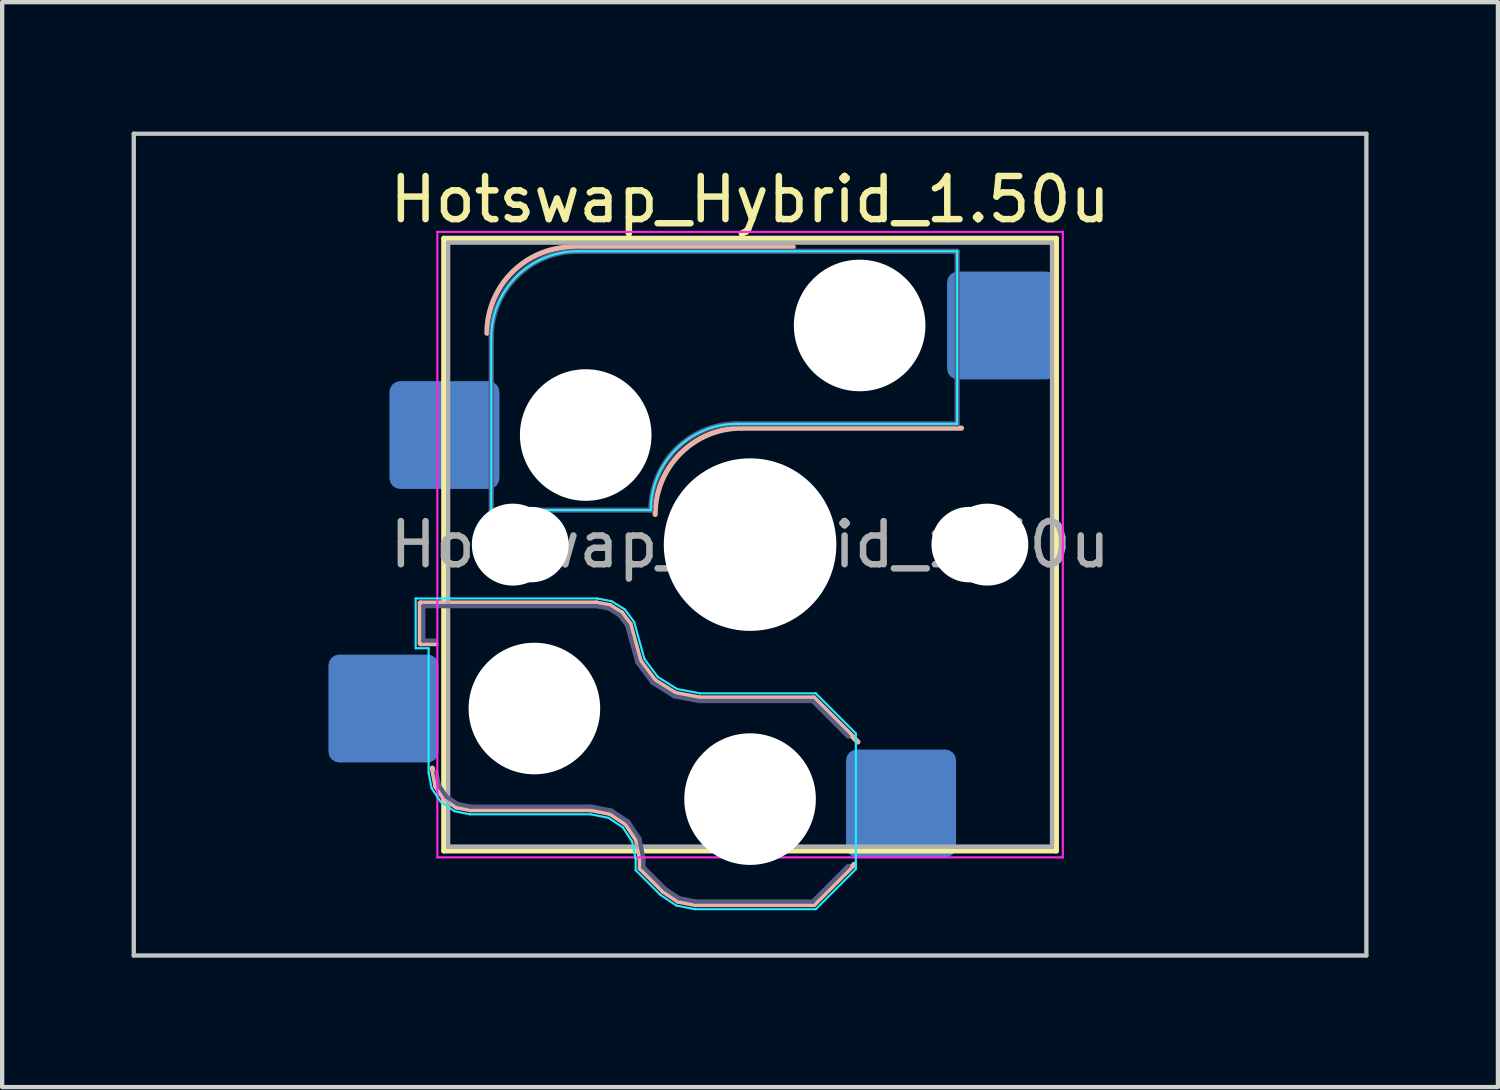
<source format=kicad_pcb>
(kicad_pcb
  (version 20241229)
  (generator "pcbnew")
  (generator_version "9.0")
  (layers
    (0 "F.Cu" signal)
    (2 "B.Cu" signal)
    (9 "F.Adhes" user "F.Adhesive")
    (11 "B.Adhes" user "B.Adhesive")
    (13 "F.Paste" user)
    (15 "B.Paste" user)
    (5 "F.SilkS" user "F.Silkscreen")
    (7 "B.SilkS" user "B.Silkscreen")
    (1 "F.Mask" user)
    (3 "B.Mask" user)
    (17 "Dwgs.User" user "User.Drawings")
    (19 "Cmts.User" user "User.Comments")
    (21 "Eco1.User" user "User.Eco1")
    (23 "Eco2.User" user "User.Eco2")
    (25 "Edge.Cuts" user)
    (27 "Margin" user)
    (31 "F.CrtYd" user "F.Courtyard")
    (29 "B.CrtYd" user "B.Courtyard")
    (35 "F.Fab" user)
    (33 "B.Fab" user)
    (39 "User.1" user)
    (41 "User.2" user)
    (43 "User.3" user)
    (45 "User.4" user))
  (footprint "Hotswap_Hybrid_1.50u"
    (layer "F.Cu")
    (at 14.338 9.575)
    (property "Reference" "Hotswap_Hybrid_1.50u" (at 0 -8 0) (layer "F.SilkS") (effects (font (size 1 1) (thickness 0.15))))
    (attr smd)
    (fp_line (start -7.1 -7.1) (end -7.1 7.1) (stroke (width 0.12) (type solid)) (layer "F.SilkS"))
    (fp_line (start -7.1 7.1) (end 7.1 7.1) (stroke (width 0.12) (type solid)) (layer "F.SilkS"))
    (fp_line (start 7.1 -7.1) (end -7.1 -7.1) (stroke (width 0.12) (type solid)) (layer "F.SilkS"))
    (fp_line (start 7.1 7.1) (end 7.1 -7.1) (stroke (width 0.12) (type solid)) (layer "F.SilkS"))
    (fp_line (start -7.646 1.354) (end -3.56 1.354) (stroke (width 0.12) (type solid)) (layer "B.SilkS"))
    (fp_line (start -7.646 2.296) (end -7.646 1.354) (stroke (width 0.12) (type solid)) (layer "B.SilkS"))
    (fp_line (start -7.283 2.296) (end -7.646 2.296) (stroke (width 0.12) (type solid)) (layer "B.SilkS"))
    (fp_line (start -7.281 5.609) (end -7.366 5.182) (stroke (width 0.12) (type solid)) (layer "B.SilkS"))
    (fp_line (start -7.092 5.892) (end -7.281 5.609) (stroke (width 0.12) (type solid)) (layer "B.SilkS"))
    (fp_line (start -6.809 6.081) (end -7.092 5.892) (stroke (width 0.12) (type solid)) (layer "B.SilkS"))
    (fp_line (start -6.482 6.146) (end -6.809 6.081) (stroke (width 0.12) (type solid)) (layer "B.SilkS"))
    (fp_line (start -4.1 -6.9) (end 1 -6.9) (stroke (width 0.12) (type solid)) (layer "B.SilkS"))
    (fp_line (start -3.682 6.146) (end -6.482 6.146) (stroke (width 0.12) (type solid)) (layer "B.SilkS"))
    (fp_line (start -3.56 1.354) (end -3.25 1.413) (stroke (width 0.12) (type solid)) (layer "B.SilkS"))
    (fp_line (start -3.25 1.413) (end -2.976 1.583) (stroke (width 0.12) (type solid)) (layer "B.SilkS"))
    (fp_line (start -3.244 6.233) (end -3.682 6.146) (stroke (width 0.12) (type solid)) (layer "B.SilkS"))
    (fp_line (start -2.976 1.583) (end -2.783 1.841) (stroke (width 0.12) (type solid)) (layer "B.SilkS"))
    (fp_line (start -2.877 6.477) (end -3.244 6.233) (stroke (width 0.12) (type solid)) (layer "B.SilkS"))
    (fp_line (start -2.783 1.841) (end -2.701 2.139) (stroke (width 0.12) (type solid)) (layer "B.SilkS"))
    (fp_line (start -2.701 2.139) (end -2.547 2.697) (stroke (width 0.12) (type solid)) (layer "B.SilkS"))
    (fp_line (start -2.633 6.844) (end -2.877 6.477) (stroke (width 0.12) (type solid)) (layer "B.SilkS"))
    (fp_line (start -2.547 2.697) (end -2.209 3.15) (stroke (width 0.12) (type solid)) (layer "B.SilkS"))
    (fp_line (start -2.546 7.504) (end -2.546 7.282) (stroke (width 0.12) (type solid)) (layer "B.SilkS"))
    (fp_line (start -2.546 7.282) (end -2.633 6.844) (stroke (width 0.12) (type solid)) (layer "B.SilkS"))
    (fp_line (start -2.209 3.15) (end -1.73 3.449) (stroke (width 0.12) (type solid)) (layer "B.SilkS"))
    (fp_line (start -2.013 8.037) (end -2.546 7.504) (stroke (width 0.12) (type solid)) (layer "B.SilkS"))
    (fp_line (start -1.73 3.449) (end -1.168 3.554) (stroke (width 0.12) (type solid)) (layer "B.SilkS"))
    (fp_line (start -1.671 8.266) (end -2.013 8.037) (stroke (width 0.12) (type solid)) (layer "B.SilkS"))
    (fp_line (start -1.268 8.346) (end -1.671 8.266) (stroke (width 0.12) (type solid)) (layer "B.SilkS"))
    (fp_line (start -1.168 3.554) (end 1.479 3.554) (stroke (width 0.12) (type solid)) (layer "B.SilkS"))
    (fp_line (start -0.2 -2.7) (end 4.9 -2.7) (stroke (width 0.12) (type solid)) (layer "B.SilkS"))
    (fp_line (start 1.479 3.554) (end 2.5 4.575) (stroke (width 0.12) (type solid)) (layer "B.SilkS"))
    (fp_line (start 1.479 8.346) (end -1.268 8.346) (stroke (width 0.12) (type solid)) (layer "B.SilkS"))
    (fp_line (start 2.416 7.409) (end 1.479 8.346) (stroke (width 0.12) (type solid)) (layer "B.SilkS"))
    (fp_arc (start -6.1 -4.9) (mid -5.514214 -6.314214) (end -4.1 -6.9) (stroke (width 0.12) (type solid)) (layer "B.SilkS"))
    (fp_arc (start -2.2 -0.7) (mid -1.614214 -2.114214) (end -0.2 -2.7) (stroke (width 0.12) (type solid)) (layer "B.SilkS"))
    (fp_line (start -14.287 -9.525) (end -14.287 9.525) (stroke (width 0.1) (type solid)) (layer "Dwgs.User"))
    (fp_line (start -14.287 9.525) (end 14.287 9.525) (stroke (width 0.1) (type solid)) (layer "Dwgs.User"))
    (fp_line (start 14.287 -9.525) (end -14.287 -9.525) (stroke (width 0.1) (type solid)) (layer "Dwgs.User"))
    (fp_line (start 14.287 9.525) (end 14.287 -9.525) (stroke (width 0.1) (type solid)) (layer "Dwgs.User"))
    (fp_line (start -7.8 -6) (end -7 -6) (stroke (width 0.1) (type solid)) (layer "Eco1.User"))
    (fp_line (start -7.8 -2.9) (end -7.8 -6) (stroke (width 0.1) (type solid)) (layer "Eco1.User"))
    (fp_line (start -7.8 2.9) (end -7 2.9) (stroke (width 0.1) (type solid)) (layer "Eco1.User"))
    (fp_line (start -7.8 6) (end -7.8 2.9) (stroke (width 0.1) (type solid)) (layer "Eco1.User"))
    (fp_line (start -7 -7) (end 7 -7) (stroke (width 0.1) (type solid)) (layer "Eco1.User"))
    (fp_line (start -7 -6) (end -7 -7) (stroke (width 0.1) (type solid)) (layer "Eco1.User"))
    (fp_line (start -7 -2.9) (end -7.8 -2.9) (stroke (width 0.1) (type solid)) (layer "Eco1.User"))
    (fp_line (start -7 2.9) (end -7 -2.9) (stroke (width 0.1) (type solid)) (layer "Eco1.User"))
    (fp_line (start -7 6) (end -7.8 6) (stroke (width 0.1) (type solid)) (layer "Eco1.User"))
    (fp_line (start -7 7) (end -7 6) (stroke (width 0.1) (type solid)) (layer "Eco1.User"))
    (fp_line (start 7 -7) (end 7 -6) (stroke (width 0.1) (type solid)) (layer "Eco1.User"))
    (fp_line (start 7 -6) (end 7.8 -6) (stroke (width 0.1) (type solid)) (layer "Eco1.User"))
    (fp_line (start 7 -2.9) (end 7 2.9) (stroke (width 0.1) (type solid)) (layer "Eco1.User"))
    (fp_line (start 7 2.9) (end 7.8 2.9) (stroke (width 0.1) (type solid)) (layer "Eco1.User"))
    (fp_line (start 7 6) (end 7 7) (stroke (width 0.1) (type solid)) (layer "Eco1.User"))
    (fp_line (start 7 7) (end -7 7) (stroke (width 0.1) (type solid)) (layer "Eco1.User"))
    (fp_line (start 7.8 -6) (end 7.8 -2.9) (stroke (width 0.1) (type solid)) (layer "Eco1.User"))
    (fp_line (start 7.8 -2.9) (end 7 -2.9) (stroke (width 0.1) (type solid)) (layer "Eco1.User"))
    (fp_line (start 7.8 2.9) (end 7.8 6) (stroke (width 0.1) (type solid)) (layer "Eco1.User"))
    (fp_line (start 7.8 6) (end 7 6) (stroke (width 0.1) (type solid)) (layer "Eco1.User"))
    (fp_line (start -7.752 1.248) (end -3.55 1.248) (stroke (width 0.05) (type solid)) (layer "B.CrtYd"))
    (fp_line (start -7.752 2.402) (end -7.752 1.248) (stroke (width 0.05) (type solid)) (layer "B.CrtYd"))
    (fp_line (start -7.452 2.402) (end -7.752 2.402) (stroke (width 0.05) (type solid)) (layer "B.CrtYd"))
    (fp_line (start -7.452 5.292) (end -7.452 2.402) (stroke (width 0.05) (type solid)) (layer "B.CrtYd"))
    (fp_line (start -7.381 5.65) (end -7.452 5.292) (stroke (width 0.05) (type solid)) (layer "B.CrtYd"))
    (fp_line (start -7.168 5.968) (end -7.381 5.65) (stroke (width 0.05) (type solid)) (layer "B.CrtYd"))
    (fp_line (start -6.85 6.181) (end -7.168 5.968) (stroke (width 0.05) (type solid)) (layer "B.CrtYd"))
    (fp_line (start -6.492 6.252) (end -6.85 6.181) (stroke (width 0.05) (type solid)) (layer "B.CrtYd"))
    (fp_line (start -6 -0.8) (end -6 -4.8) (stroke (width 0.05) (type solid)) (layer "B.CrtYd"))
    (fp_line (start -6 -0.8) (end -2.3 -0.8) (stroke (width 0.05) (type solid)) (layer "B.CrtYd"))
    (fp_line (start -4 -6.8) (end 4.8 -6.8) (stroke (width 0.05) (type solid)) (layer "B.CrtYd"))
    (fp_line (start -3.692 6.252) (end -6.492 6.252) (stroke (width 0.05) (type solid)) (layer "B.CrtYd"))
    (fp_line (start -3.55 1.248) (end -3.211 1.312) (stroke (width 0.05) (type solid)) (layer "B.CrtYd"))
    (fp_line (start -3.285 6.333) (end -3.692 6.252) (stroke (width 0.05) (type solid)) (layer "B.CrtYd"))
    (fp_line (start -3.211 1.312) (end -2.903 1.503) (stroke (width 0.05) (type solid)) (layer "B.CrtYd"))
    (fp_line (start -2.953 6.553) (end -3.285 6.333) (stroke (width 0.05) (type solid)) (layer "B.CrtYd"))
    (fp_line (start -2.903 1.503) (end -2.687 1.794) (stroke (width 0.05) (type solid)) (layer "B.CrtYd"))
    (fp_line (start -2.733 6.885) (end -2.953 6.553) (stroke (width 0.05) (type solid)) (layer "B.CrtYd"))
    (fp_line (start -2.687 1.794) (end -2.599 2.111) (stroke (width 0.05) (type solid)) (layer "B.CrtYd"))
    (fp_line (start -2.652 7.292) (end -2.733 6.885) (stroke (width 0.05) (type solid)) (layer "B.CrtYd"))
    (fp_line (start -2.652 7.548) (end -2.652 7.292) (stroke (width 0.05) (type solid)) (layer "B.CrtYd"))
    (fp_line (start -2.599 2.111) (end -2.45 2.65) (stroke (width 0.05) (type solid)) (layer "B.CrtYd"))
    (fp_line (start -2.45 2.65) (end -2.136 3.071) (stroke (width 0.05) (type solid)) (layer "B.CrtYd"))
    (fp_line (start -2.136 3.071) (end -1.691 3.348) (stroke (width 0.05) (type solid)) (layer "B.CrtYd"))
    (fp_line (start -2.081 8.119) (end -2.652 7.548) (stroke (width 0.05) (type solid)) (layer "B.CrtYd"))
    (fp_line (start -1.712 8.366) (end -2.081 8.119) (stroke (width 0.05) (type solid)) (layer "B.CrtYd"))
    (fp_line (start -1.691 3.348) (end -1.159 3.448) (stroke (width 0.05) (type solid)) (layer "B.CrtYd"))
    (fp_line (start -1.278 8.452) (end -1.712 8.366) (stroke (width 0.05) (type solid)) (layer "B.CrtYd"))
    (fp_line (start -1.159 3.448) (end 1.523 3.448) (stroke (width 0.05) (type solid)) (layer "B.CrtYd"))
    (fp_line (start -0.3 -2.8) (end 4.8 -2.8) (stroke (width 0.05) (type solid)) (layer "B.CrtYd"))
    (fp_line (start 1.523 3.448) (end 2.452 4.377) (stroke (width 0.05) (type solid)) (layer "B.CrtYd"))
    (fp_line (start 1.523 8.452) (end -1.278 8.452) (stroke (width 0.05) (type solid)) (layer "B.CrtYd"))
    (fp_line (start 2.452 4.377) (end 2.452 7.523) (stroke (width 0.05) (type solid)) (layer "B.CrtYd"))
    (fp_line (start 2.452 7.523) (end 1.523 8.452) (stroke (width 0.05) (type solid)) (layer "B.CrtYd"))
    (fp_line (start 4.8 -6.8) (end 4.8 -2.8) (stroke (width 0.05) (type solid)) (layer "B.CrtYd"))
    (fp_arc (start -6 -4.8) (mid -5.414214 -6.214213) (end -4 -6.8) (stroke (width 0.05) (type solid)) (layer "B.CrtYd"))
    (fp_arc (start -2.3 -0.8) (mid -1.714214 -2.214214) (end -0.3 -2.8) (stroke (width 0.05) (type solid)) (layer "B.CrtYd"))
    (fp_line (start -7.25 -7.25) (end -7.25 7.25) (stroke (width 0.05) (type solid)) (layer "F.CrtYd"))
    (fp_line (start -7.25 7.25) (end 7.25 7.25) (stroke (width 0.05) (type solid)) (layer "F.CrtYd"))
    (fp_line (start 7.25 -7.25) (end -7.25 -7.25) (stroke (width 0.05) (type solid)) (layer "F.CrtYd"))
    (fp_line (start 7.25 7.25) (end 7.25 -7.25) (stroke (width 0.05) (type solid)) (layer "F.CrtYd"))
    (fp_line (start -7.575 1.425) (end -3.567 1.425) (stroke (width 0.1) (type solid)) (layer "B.Fab"))
    (fp_line (start -7.575 2.225) (end -7.575 1.425) (stroke (width 0.1) (type solid)) (layer "B.Fab"))
    (fp_line (start -7.275 2.225) (end -7.575 2.225) (stroke (width 0.1) (type solid)) (layer "B.Fab"))
    (fp_line (start -7.214 5.581) (end -7.275 5.275) (stroke (width 0.1) (type solid)) (layer "B.Fab"))
    (fp_line (start -7.041 5.841) (end -7.214 5.581) (stroke (width 0.1) (type solid)) (layer "B.Fab"))
    (fp_line (start -6.781 6.014) (end -7.041 5.841) (stroke (width 0.1) (type solid)) (layer "B.Fab"))
    (fp_line (start -6.475 6.075) (end -6.781 6.014) (stroke (width 0.1) (type solid)) (layer "B.Fab"))
    (fp_line (start -6 -0.8) (end -6 -4.8) (stroke (width 0.12) (type solid)) (layer "B.Fab"))
    (fp_line (start -6 -0.8) (end -2.3 -0.8) (stroke (width 0.12) (type solid)) (layer "B.Fab"))
    (fp_line (start -4 -6.8) (end 4.8 -6.8) (stroke (width 0.12) (type solid)) (layer "B.Fab"))
    (fp_line (start -3.675 6.075) (end -6.475 6.075) (stroke (width 0.1) (type solid)) (layer "B.Fab"))
    (fp_line (start -3.567 1.425) (end -3.276 1.48) (stroke (width 0.1) (type solid)) (layer "B.Fab"))
    (fp_line (start -3.276 1.48) (end -3.025 1.636) (stroke (width 0.1) (type solid)) (layer "B.Fab"))
    (fp_line (start -3.216 6.166) (end -3.675 6.075) (stroke (width 0.1) (type solid)) (layer "B.Fab"))
    (fp_line (start -3.025 1.636) (end -2.848 1.873) (stroke (width 0.1) (type solid)) (layer "B.Fab"))
    (fp_line (start -2.848 1.873) (end -2.769 2.158) (stroke (width 0.1) (type solid)) (layer "B.Fab"))
    (fp_line (start -2.826 6.426) (end -3.216 6.166) (stroke (width 0.1) (type solid)) (layer "B.Fab"))
    (fp_line (start -2.769 2.158) (end -2.612 2.729) (stroke (width 0.1) (type solid)) (layer "B.Fab"))
    (fp_line (start -2.612 2.729) (end -2.258 3.203) (stroke (width 0.1) (type solid)) (layer "B.Fab"))
    (fp_line (start -2.566 6.816) (end -2.826 6.426) (stroke (width 0.1) (type solid)) (layer "B.Fab"))
    (fp_line (start -2.475 7.275) (end -2.566 6.816) (stroke (width 0.1) (type solid)) (layer "B.Fab"))
    (fp_line (start -2.475 7.475) (end -2.475 7.275) (stroke (width 0.1) (type solid)) (layer "B.Fab"))
    (fp_line (start -2.258 3.203) (end -1.756 3.516) (stroke (width 0.1) (type solid)) (layer "B.Fab"))
    (fp_line (start -1.968 7.982) (end -2.475 7.475) (stroke (width 0.1) (type solid)) (layer "B.Fab"))
    (fp_line (start -1.756 3.516) (end -1.175 3.625) (stroke (width 0.1) (type solid)) (layer "B.Fab"))
    (fp_line (start -1.643 8.199) (end -1.968 7.982) (stroke (width 0.1) (type solid)) (layer "B.Fab"))
    (fp_line (start -1.261 8.275) (end -1.643 8.199) (stroke (width 0.1) (type solid)) (layer "B.Fab"))
    (fp_line (start -1.175 3.625) (end 1.45 3.625) (stroke (width 0.1) (type solid)) (layer "B.Fab"))
    (fp_line (start -0.3 -2.8) (end 4.8 -2.8) (stroke (width 0.12) (type solid)) (layer "B.Fab"))
    (fp_line (start 1.45 3.625) (end 2.275 4.45) (stroke (width 0.1) (type solid)) (layer "B.Fab"))
    (fp_line (start 1.45 8.275) (end -1.261 8.275) (stroke (width 0.1) (type solid)) (layer "B.Fab"))
    (fp_line (start 2.275 7.45) (end 1.45 8.275) (stroke (width 0.1) (type solid)) (layer "B.Fab"))
    (fp_line (start 4.8 -6.8) (end 4.8 -2.8) (stroke (width 0.12) (type solid)) (layer "B.Fab"))
    (fp_arc (start -6 -4.8) (mid -5.414214 -6.214213) (end -4 -6.8) (stroke (width 0.12) (type solid)) (layer "B.Fab"))
    (fp_arc (start -2.3 -0.8) (mid -1.714214 -2.214214) (end -0.3 -2.8) (stroke (width 0.12) (type solid)) (layer "B.Fab"))
    (fp_line (start -7 -7) (end -7 7) (stroke (width 0.1) (type solid)) (layer "F.Fab"))
    (fp_line (start -7 7) (end 7 7) (stroke (width 0.1) (type solid)) (layer "F.Fab"))
    (fp_line (start 7 -7) (end -7 -7) (stroke (width 0.1) (type solid)) (layer "F.Fab"))
    (fp_line (start 7 7) (end 7 -7) (stroke (width 0.1) (type solid)) (layer "F.Fab"))
    (fp_text user "${REFERENCE}" (at 0 0 0) (layer "F.Fab") (effects (font (size 1 1) (thickness 0.15))))
    (pad "" np_thru_hole circle (at -5.5 0 180) (size 1.9 1.9) (drill 1.9) (layers "*.Cu" "*.Mask"))
    (pad "" np_thru_hole circle (at -5.08 0) (size 1.75 1.75) (drill 1.75) (layers "*.Cu" "*.Mask"))
    (pad "" np_thru_hole circle (at -5 3.8 180) (size 3.05 3.05) (drill 3.05) (layers "*.Cu" "*.Mask"))
    (pad "" np_thru_hole circle (at -3.81 -2.54) (size 3.05 3.05) (drill 3.05) (layers "*.Cu" "*.Mask"))
    (pad "" np_thru_hole circle (at 0 0 180) (size 3.45 3.45) (drill 3.45) (layers "*.Cu" "*.Mask"))
    (pad "" np_thru_hole circle (at 0 0) (size 4 4) (drill 4) (layers "*.Cu" "*.Mask"))
    (pad "" np_thru_hole circle (at 0 5.9 180) (size 3.05 3.05) (drill 3.05) (layers "*.Cu" "*.Mask"))
    (pad "" np_thru_hole circle (at 2.54 -5.08) (size 3.05 3.05) (drill 3.05) (layers "*.Cu" "*.Mask"))
    (pad "" np_thru_hole circle (at 5.08 0) (size 1.75 1.75) (drill 1.75) (layers "*.Cu" "*.Mask"))
    (pad "" np_thru_hole circle (at 5.5 0 180) (size 1.9 1.9) (drill 1.9) (layers "*.Cu" "*.Mask"))
    (pad "1" smd roundrect (at -7.085 -2.54) (size 2.55 2.5) (layers "B.Cu" "B.Mask" "B.Paste") (roundrect_rratio 0.1))
    (pad "1" smd roundrect (at 3.5 6 180) (size 2.55 2.5) (layers "B.Cu" "B.Mask" "B.Paste") (roundrect_rratio 0.1))
    (pad "2" smd roundrect (at -8.5 3.8 180) (size 2.55 2.5) (layers "B.Cu" "B.Mask" "B.Paste") (roundrect_rratio 0.1))
    (pad "2" smd roundrect (at 5.842 -5.08) (size 2.55 2.5) (layers "B.Cu" "B.Mask" "B.Paste") (roundrect_rratio 0.1)))
  (gr_rect
    (start -3 -3)
    (end 31.675 22.15)
    (stroke (width 0.1) (type default))
    (fill no)
    (layer "Edge.Cuts")))
</source>
